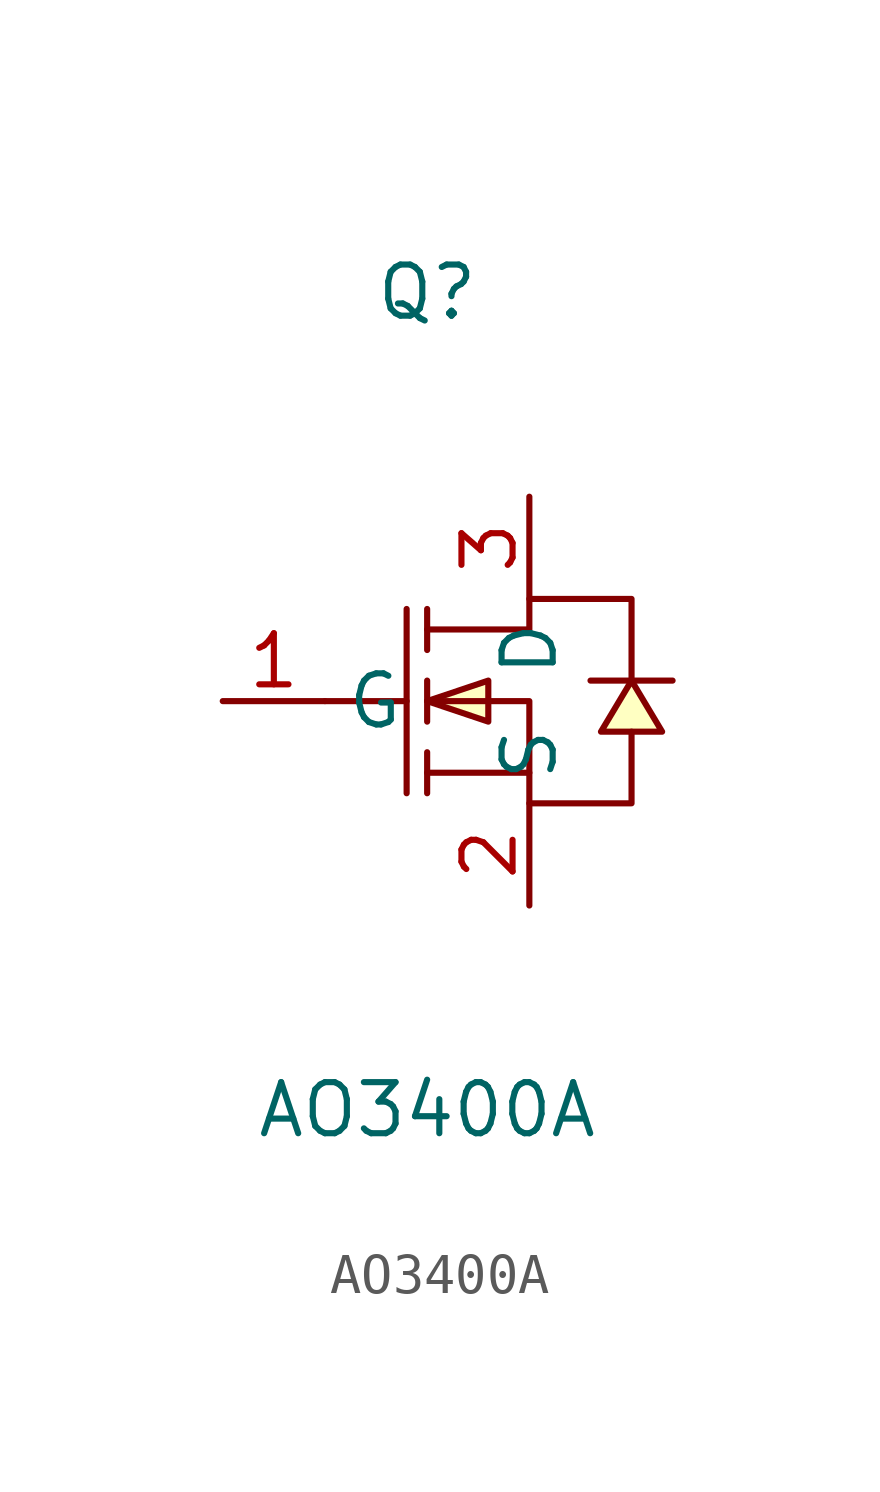
<source format=kicad_sym>
(kicad_symbol_lib
  (version 1)
  (generator "faebryk")
  (symbol "AO3400A"
    (property "Reference" "Q"
      (at 0 10.16 0)
      (effects (font (size 1.27 1.27)) (hide no)))
    (property "Value" "AO3400A"
      (at 0 -10.16 0)
      (effects (font (size 1.27 1.27)) (hide no)))
    (symbol "AO3400A_0_1"
      (polyline (stroke (width 0) (type default) (color 0 0 0 0)) (fill (type none)) (pts (xy 0 1.78) (xy 2.54 1.78) (xy 2.54 2.54) (xy 5.08 2.54) (xy 5.08 0.51)))
      (polyline (stroke (width 0) (type default) (color 0 0 0 0)) (fill (type none)) (pts (xy 0 0) (xy 2.54 0) (xy 2.54 -2.54) (xy 5.08 -2.54) (xy 5.08 -0.76)))
      (polyline (stroke (width 0) (type default) (color 0 0 0 0)) (fill (type none)) (pts (xy 2.54 -1.78) (xy 0 -1.78)))
      (polyline (stroke (width 0) (type default) (color 0 0 0 0)) (fill (type none)) (pts (xy -0.51 2.29) (xy -0.51 -2.29)))
      (polyline (stroke (width 0) (type default) (color 0 0 0 0)) (fill (type none)) (pts (xy 0 2.29) (xy 0 1.27)))
      (polyline (stroke (width 0) (type default) (color 0 0 0 0)) (fill (type none)) (pts (xy 0 -0.51) (xy 0 0.51)))
      (polyline (stroke (width 0) (type default) (color 0 0 0 0)) (fill (type none)) (pts (xy 0 -2.29) (xy 0 -1.27)))
      (polyline (stroke (width 0) (type default) (color 0 0 0 0)) (fill (type none)) (pts (xy -2.54 0) (xy -0.51 0)))
      (polyline (stroke (width 0) (type default) (color 0 0 0 0)) (fill (type none)) (pts (xy 6.1 0.51) (xy 5.59 0.51) (xy 4.57 0.51) (xy 4.06 0.51)))
      (polyline (stroke (width 0) (type default) (color 0 0 0 0)) (fill (type background)) (pts (xy 0 0) (xy 1.52 -0.51) (xy 1.52 0.51) (xy 0 0)))
      (polyline (stroke (width 0) (type default) (color 0 0 0 0)) (fill (type background)) (pts (xy 5.08 0.51) (xy 4.32 -0.76) (xy 5.84 -0.76) (xy 5.08 0.51)))
      (pin unspecified line (at 2.54 5.08 270) (length 2.54) (name "D" (effects (font (size 1.27 1.27)) (hide no))) (number "3" (effects (font (size 1.27 1.27)) (hide no))))
      (pin unspecified line (at -5.08 0 0) (length 2.54) (name "G" (effects (font (size 1.27 1.27)) (hide no))) (number "1" (effects (font (size 1.27 1.27)) (hide no))))
      (pin unspecified line (at 2.54 -5.08 90) (length 2.54) (name "S" (effects (font (size 1.27 1.27)) (hide no))) (number "2" (effects (font (size 1.27 1.27)) (hide no)))))))
</source>
